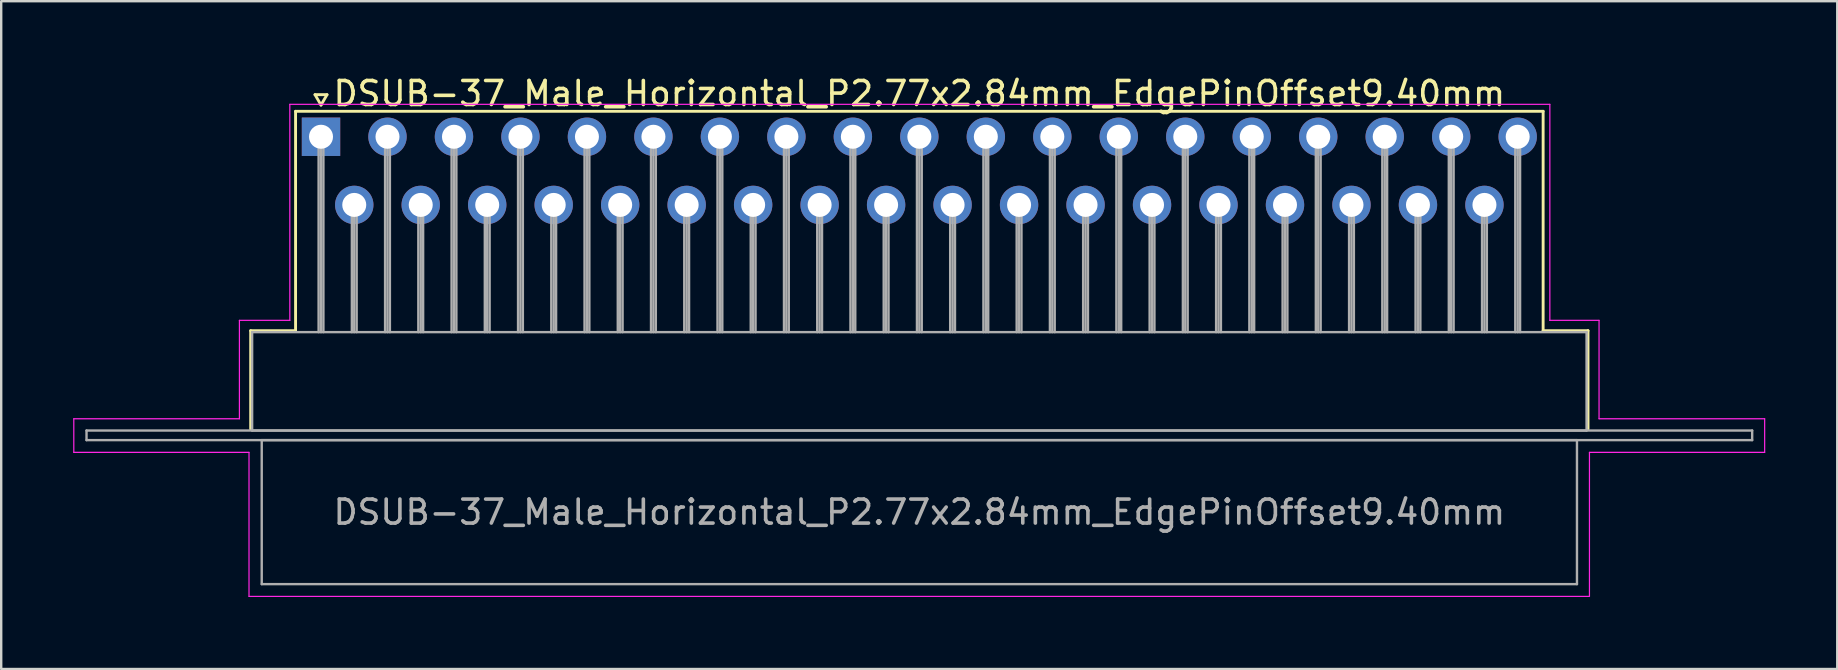
<source format=kicad_pcb>
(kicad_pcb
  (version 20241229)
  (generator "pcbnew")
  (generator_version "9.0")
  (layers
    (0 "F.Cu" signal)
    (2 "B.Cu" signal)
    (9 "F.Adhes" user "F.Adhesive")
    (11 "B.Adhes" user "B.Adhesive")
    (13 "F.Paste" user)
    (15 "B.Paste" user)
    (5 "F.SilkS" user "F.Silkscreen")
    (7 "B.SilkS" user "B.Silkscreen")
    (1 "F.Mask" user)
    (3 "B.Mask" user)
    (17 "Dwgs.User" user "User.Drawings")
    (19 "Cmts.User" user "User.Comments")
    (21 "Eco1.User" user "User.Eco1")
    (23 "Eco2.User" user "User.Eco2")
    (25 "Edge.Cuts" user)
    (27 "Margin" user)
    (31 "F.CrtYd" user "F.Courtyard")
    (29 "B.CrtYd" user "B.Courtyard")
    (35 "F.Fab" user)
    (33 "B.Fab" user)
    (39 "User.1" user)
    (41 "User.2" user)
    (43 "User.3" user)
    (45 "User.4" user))
  (footprint "DSUB-37_Male_Horizontal_P2.77x2.84mm_EdgePinOffset9.40mm"
    (layer "F.Cu")
    (at 10.325 2.648)
    (property "Reference" "DSUB-37_Male_Horizontal_P2.77x2.84mm_EdgePinOffset9.40mm" (at 24.93 -1.8 0) (layer "F.SilkS") (effects (font (size 1 1) (thickness 0.15))))
    (attr through_hole)
    (fp_line (start -2.93 8.08) (end -1.06 8.08) (stroke (width 0.12) (type solid)) (layer "F.SilkS"))
    (fp_line (start -2.93 12.18) (end -2.93 8.08) (stroke (width 0.12) (type solid)) (layer "F.SilkS"))
    (fp_line (start -1.06 -1.06) (end 50.92 -1.06) (stroke (width 0.12) (type solid)) (layer "F.SilkS"))
    (fp_line (start -1.06 8.08) (end -1.06 -1.06) (stroke (width 0.12) (type solid)) (layer "F.SilkS"))
    (fp_line (start -0.25 -1.754) (end 0.25 -1.754) (stroke (width 0.12) (type solid)) (layer "F.SilkS"))
    (fp_line (start 0 -1.321) (end -0.25 -1.754) (stroke (width 0.12) (type solid)) (layer "F.SilkS"))
    (fp_line (start 0.25 -1.754) (end 0 -1.321) (stroke (width 0.12) (type solid)) (layer "F.SilkS"))
    (fp_line (start 50.92 -1.06) (end 50.92 8.08) (stroke (width 0.12) (type solid)) (layer "F.SilkS"))
    (fp_line (start 50.92 8.08) (end 52.79 8.08) (stroke (width 0.12) (type solid)) (layer "F.SilkS"))
    (fp_line (start 52.79 8.08) (end 52.79 12.18) (stroke (width 0.12) (type solid)) (layer "F.SilkS"))
    (fp_line (start -10.3 11.75) (end -3.4 11.75) (stroke (width 0.05) (type solid)) (layer "F.CrtYd"))
    (fp_line (start -10.3 13.15) (end -10.3 11.75) (stroke (width 0.05) (type solid)) (layer "F.CrtYd"))
    (fp_line (start -3.4 7.65) (end -1.3 7.65) (stroke (width 0.05) (type solid)) (layer "F.CrtYd"))
    (fp_line (start -3.4 11.75) (end -3.4 7.65) (stroke (width 0.05) (type solid)) (layer "F.CrtYd"))
    (fp_line (start -3 13.15) (end -10.3 13.15) (stroke (width 0.05) (type solid)) (layer "F.CrtYd"))
    (fp_line (start -3 19.15) (end -3 13.15) (stroke (width 0.05) (type solid)) (layer "F.CrtYd"))
    (fp_line (start -1.3 -1.35) (end 51.2 -1.35) (stroke (width 0.05) (type solid)) (layer "F.CrtYd"))
    (fp_line (start -1.3 7.65) (end -1.3 -1.35) (stroke (width 0.05) (type solid)) (layer "F.CrtYd"))
    (fp_line (start 51.2 -1.35) (end 51.2 7.65) (stroke (width 0.05) (type solid)) (layer "F.CrtYd"))
    (fp_line (start 51.2 7.65) (end 53.25 7.65) (stroke (width 0.05) (type solid)) (layer "F.CrtYd"))
    (fp_line (start 52.85 13.15) (end 52.85 19.15) (stroke (width 0.05) (type solid)) (layer "F.CrtYd"))
    (fp_line (start 52.85 19.15) (end -3 19.15) (stroke (width 0.05) (type solid)) (layer "F.CrtYd"))
    (fp_line (start 53.25 7.65) (end 53.25 11.75) (stroke (width 0.05) (type solid)) (layer "F.CrtYd"))
    (fp_line (start 53.25 11.75) (end 60.15 11.75) (stroke (width 0.05) (type solid)) (layer "F.CrtYd"))
    (fp_line (start 60.15 11.75) (end 60.15 13.15) (stroke (width 0.05) (type solid)) (layer "F.CrtYd"))
    (fp_line (start 60.15 13.15) (end 52.85 13.15) (stroke (width 0.05) (type solid)) (layer "F.CrtYd"))
    (fp_line (start -9.77 12.24) (end -9.77 12.64) (stroke (width 0.1) (type solid)) (layer "F.Fab"))
    (fp_line (start -9.77 12.64) (end 59.63 12.64) (stroke (width 0.1) (type solid)) (layer "F.Fab"))
    (fp_line (start -2.87 8.14) (end -2.87 12.24) (stroke (width 0.1) (type solid)) (layer "F.Fab"))
    (fp_line (start -2.87 12.24) (end 52.73 12.24) (stroke (width 0.1) (type solid)) (layer "F.Fab"))
    (fp_line (start -2.47 12.64) (end -2.47 18.64) (stroke (width 0.1) (type solid)) (layer "F.Fab"))
    (fp_line (start -2.47 18.64) (end 52.33 18.64) (stroke (width 0.1) (type solid)) (layer "F.Fab"))
    (fp_line (start -0.1 0) (end -0.1 8.14) (stroke (width 0.1) (type solid)) (layer "F.Fab"))
    (fp_line (start 0 0) (end 0 8.14) (stroke (width 0.1) (type solid)) (layer "F.Fab"))
    (fp_line (start 0.1 0) (end 0.1 8.14) (stroke (width 0.1) (type solid)) (layer "F.Fab"))
    (fp_line (start 1.285 2.84) (end 1.285 8.14) (stroke (width 0.1) (type solid)) (layer "F.Fab"))
    (fp_line (start 1.385 2.84) (end 1.385 8.14) (stroke (width 0.1) (type solid)) (layer "F.Fab"))
    (fp_line (start 1.485 2.84) (end 1.485 8.14) (stroke (width 0.1) (type solid)) (layer "F.Fab"))
    (fp_line (start 2.67 0) (end 2.67 8.14) (stroke (width 0.1) (type solid)) (layer "F.Fab"))
    (fp_line (start 2.77 0) (end 2.77 8.14) (stroke (width 0.1) (type solid)) (layer "F.Fab"))
    (fp_line (start 2.87 0) (end 2.87 8.14) (stroke (width 0.1) (type solid)) (layer "F.Fab"))
    (fp_line (start 4.055 2.84) (end 4.055 8.14) (stroke (width 0.1) (type solid)) (layer "F.Fab"))
    (fp_line (start 4.155 2.84) (end 4.155 8.14) (stroke (width 0.1) (type solid)) (layer "F.Fab"))
    (fp_line (start 4.255 2.84) (end 4.255 8.14) (stroke (width 0.1) (type solid)) (layer "F.Fab"))
    (fp_line (start 5.44 0) (end 5.44 8.14) (stroke (width 0.1) (type solid)) (layer "F.Fab"))
    (fp_line (start 5.54 0) (end 5.54 8.14) (stroke (width 0.1) (type solid)) (layer "F.Fab"))
    (fp_line (start 5.64 0) (end 5.64 8.14) (stroke (width 0.1) (type solid)) (layer "F.Fab"))
    (fp_line (start 6.825 2.84) (end 6.825 8.14) (stroke (width 0.1) (type solid)) (layer "F.Fab"))
    (fp_line (start 6.925 2.84) (end 6.925 8.14) (stroke (width 0.1) (type solid)) (layer "F.Fab"))
    (fp_line (start 7.025 2.84) (end 7.025 8.14) (stroke (width 0.1) (type solid)) (layer "F.Fab"))
    (fp_line (start 8.21 0) (end 8.21 8.14) (stroke (width 0.1) (type solid)) (layer "F.Fab"))
    (fp_line (start 8.31 0) (end 8.31 8.14) (stroke (width 0.1) (type solid)) (layer "F.Fab"))
    (fp_line (start 8.41 0) (end 8.41 8.14) (stroke (width 0.1) (type solid)) (layer "F.Fab"))
    (fp_line (start 9.595 2.84) (end 9.595 8.14) (stroke (width 0.1) (type solid)) (layer "F.Fab"))
    (fp_line (start 9.695 2.84) (end 9.695 8.14) (stroke (width 0.1) (type solid)) (layer "F.Fab"))
    (fp_line (start 9.795 2.84) (end 9.795 8.14) (stroke (width 0.1) (type solid)) (layer "F.Fab"))
    (fp_line (start 10.98 0) (end 10.98 8.14) (stroke (width 0.1) (type solid)) (layer "F.Fab"))
    (fp_line (start 11.08 0) (end 11.08 8.14) (stroke (width 0.1) (type solid)) (layer "F.Fab"))
    (fp_line (start 11.18 0) (end 11.18 8.14) (stroke (width 0.1) (type solid)) (layer "F.Fab"))
    (fp_line (start 12.365 2.84) (end 12.365 8.14) (stroke (width 0.1) (type solid)) (layer "F.Fab"))
    (fp_line (start 12.465 2.84) (end 12.465 8.14) (stroke (width 0.1) (type solid)) (layer "F.Fab"))
    (fp_line (start 12.565 2.84) (end 12.565 8.14) (stroke (width 0.1) (type solid)) (layer "F.Fab"))
    (fp_line (start 13.75 0) (end 13.75 8.14) (stroke (width 0.1) (type solid)) (layer "F.Fab"))
    (fp_line (start 13.85 0) (end 13.85 8.14) (stroke (width 0.1) (type solid)) (layer "F.Fab"))
    (fp_line (start 13.95 0) (end 13.95 8.14) (stroke (width 0.1) (type solid)) (layer "F.Fab"))
    (fp_line (start 15.135 2.84) (end 15.135 8.14) (stroke (width 0.1) (type solid)) (layer "F.Fab"))
    (fp_line (start 15.235 2.84) (end 15.235 8.14) (stroke (width 0.1) (type solid)) (layer "F.Fab"))
    (fp_line (start 15.335 2.84) (end 15.335 8.14) (stroke (width 0.1) (type solid)) (layer "F.Fab"))
    (fp_line (start 16.52 0) (end 16.52 8.14) (stroke (width 0.1) (type solid)) (layer "F.Fab"))
    (fp_line (start 16.62 0) (end 16.62 8.14) (stroke (width 0.1) (type solid)) (layer "F.Fab"))
    (fp_line (start 16.72 0) (end 16.72 8.14) (stroke (width 0.1) (type solid)) (layer "F.Fab"))
    (fp_line (start 17.905 2.84) (end 17.905 8.14) (stroke (width 0.1) (type solid)) (layer "F.Fab"))
    (fp_line (start 18.005 2.84) (end 18.005 8.14) (stroke (width 0.1) (type solid)) (layer "F.Fab"))
    (fp_line (start 18.105 2.84) (end 18.105 8.14) (stroke (width 0.1) (type solid)) (layer "F.Fab"))
    (fp_line (start 19.29 0) (end 19.29 8.14) (stroke (width 0.1) (type solid)) (layer "F.Fab"))
    (fp_line (start 19.39 0) (end 19.39 8.14) (stroke (width 0.1) (type solid)) (layer "F.Fab"))
    (fp_line (start 19.49 0) (end 19.49 8.14) (stroke (width 0.1) (type solid)) (layer "F.Fab"))
    (fp_line (start 20.675 2.84) (end 20.675 8.14) (stroke (width 0.1) (type solid)) (layer "F.Fab"))
    (fp_line (start 20.775 2.84) (end 20.775 8.14) (stroke (width 0.1) (type solid)) (layer "F.Fab"))
    (fp_line (start 20.875 2.84) (end 20.875 8.14) (stroke (width 0.1) (type solid)) (layer "F.Fab"))
    (fp_line (start 22.06 0) (end 22.06 8.14) (stroke (width 0.1) (type solid)) (layer "F.Fab"))
    (fp_line (start 22.16 0) (end 22.16 8.14) (stroke (width 0.1) (type solid)) (layer "F.Fab"))
    (fp_line (start 22.26 0) (end 22.26 8.14) (stroke (width 0.1) (type solid)) (layer "F.Fab"))
    (fp_line (start 23.445 2.84) (end 23.445 8.14) (stroke (width 0.1) (type solid)) (layer "F.Fab"))
    (fp_line (start 23.545 2.84) (end 23.545 8.14) (stroke (width 0.1) (type solid)) (layer "F.Fab"))
    (fp_line (start 23.645 2.84) (end 23.645 8.14) (stroke (width 0.1) (type solid)) (layer "F.Fab"))
    (fp_line (start 24.83 0) (end 24.83 8.14) (stroke (width 0.1) (type solid)) (layer "F.Fab"))
    (fp_line (start 24.93 0) (end 24.93 8.14) (stroke (width 0.1) (type solid)) (layer "F.Fab"))
    (fp_line (start 25.03 0) (end 25.03 8.14) (stroke (width 0.1) (type solid)) (layer "F.Fab"))
    (fp_line (start 26.215 2.84) (end 26.215 8.14) (stroke (width 0.1) (type solid)) (layer "F.Fab"))
    (fp_line (start 26.315 2.84) (end 26.315 8.14) (stroke (width 0.1) (type solid)) (layer "F.Fab"))
    (fp_line (start 26.415 2.84) (end 26.415 8.14) (stroke (width 0.1) (type solid)) (layer "F.Fab"))
    (fp_line (start 27.6 0) (end 27.6 8.14) (stroke (width 0.1) (type solid)) (layer "F.Fab"))
    (fp_line (start 27.7 0) (end 27.7 8.14) (stroke (width 0.1) (type solid)) (layer "F.Fab"))
    (fp_line (start 27.8 0) (end 27.8 8.14) (stroke (width 0.1) (type solid)) (layer "F.Fab"))
    (fp_line (start 28.985 2.84) (end 28.985 8.14) (stroke (width 0.1) (type solid)) (layer "F.Fab"))
    (fp_line (start 29.085 2.84) (end 29.085 8.14) (stroke (width 0.1) (type solid)) (layer "F.Fab"))
    (fp_line (start 29.185 2.84) (end 29.185 8.14) (stroke (width 0.1) (type solid)) (layer "F.Fab"))
    (fp_line (start 30.37 0) (end 30.37 8.14) (stroke (width 0.1) (type solid)) (layer "F.Fab"))
    (fp_line (start 30.47 0) (end 30.47 8.14) (stroke (width 0.1) (type solid)) (layer "F.Fab"))
    (fp_line (start 30.57 0) (end 30.57 8.14) (stroke (width 0.1) (type solid)) (layer "F.Fab"))
    (fp_line (start 31.755 2.84) (end 31.755 8.14) (stroke (width 0.1) (type solid)) (layer "F.Fab"))
    (fp_line (start 31.855 2.84) (end 31.855 8.14) (stroke (width 0.1) (type solid)) (layer "F.Fab"))
    (fp_line (start 31.955 2.84) (end 31.955 8.14) (stroke (width 0.1) (type solid)) (layer "F.Fab"))
    (fp_line (start 33.14 0) (end 33.14 8.14) (stroke (width 0.1) (type solid)) (layer "F.Fab"))
    (fp_line (start 33.24 0) (end 33.24 8.14) (stroke (width 0.1) (type solid)) (layer "F.Fab"))
    (fp_line (start 33.34 0) (end 33.34 8.14) (stroke (width 0.1) (type solid)) (layer "F.Fab"))
    (fp_line (start 34.525 2.84) (end 34.525 8.14) (stroke (width 0.1) (type solid)) (layer "F.Fab"))
    (fp_line (start 34.625 2.84) (end 34.625 8.14) (stroke (width 0.1) (type solid)) (layer "F.Fab"))
    (fp_line (start 34.725 2.84) (end 34.725 8.14) (stroke (width 0.1) (type solid)) (layer "F.Fab"))
    (fp_line (start 35.91 0) (end 35.91 8.14) (stroke (width 0.1) (type solid)) (layer "F.Fab"))
    (fp_line (start 36.01 0) (end 36.01 8.14) (stroke (width 0.1) (type solid)) (layer "F.Fab"))
    (fp_line (start 36.11 0) (end 36.11 8.14) (stroke (width 0.1) (type solid)) (layer "F.Fab"))
    (fp_line (start 37.295 2.84) (end 37.295 8.14) (stroke (width 0.1) (type solid)) (layer "F.Fab"))
    (fp_line (start 37.395 2.84) (end 37.395 8.14) (stroke (width 0.1) (type solid)) (layer "F.Fab"))
    (fp_line (start 37.495 2.84) (end 37.495 8.14) (stroke (width 0.1) (type solid)) (layer "F.Fab"))
    (fp_line (start 38.68 0) (end 38.68 8.14) (stroke (width 0.1) (type solid)) (layer "F.Fab"))
    (fp_line (start 38.78 0) (end 38.78 8.14) (stroke (width 0.1) (type solid)) (layer "F.Fab"))
    (fp_line (start 38.88 0) (end 38.88 8.14) (stroke (width 0.1) (type solid)) (layer "F.Fab"))
    (fp_line (start 40.065 2.84) (end 40.065 8.14) (stroke (width 0.1) (type solid)) (layer "F.Fab"))
    (fp_line (start 40.165 2.84) (end 40.165 8.14) (stroke (width 0.1) (type solid)) (layer "F.Fab"))
    (fp_line (start 40.265 2.84) (end 40.265 8.14) (stroke (width 0.1) (type solid)) (layer "F.Fab"))
    (fp_line (start 41.45 0) (end 41.45 8.14) (stroke (width 0.1) (type solid)) (layer "F.Fab"))
    (fp_line (start 41.55 0) (end 41.55 8.14) (stroke (width 0.1) (type solid)) (layer "F.Fab"))
    (fp_line (start 41.65 0) (end 41.65 8.14) (stroke (width 0.1) (type solid)) (layer "F.Fab"))
    (fp_line (start 42.835 2.84) (end 42.835 8.14) (stroke (width 0.1) (type solid)) (layer "F.Fab"))
    (fp_line (start 42.935 2.84) (end 42.935 8.14) (stroke (width 0.1) (type solid)) (layer "F.Fab"))
    (fp_line (start 43.035 2.84) (end 43.035 8.14) (stroke (width 0.1) (type solid)) (layer "F.Fab"))
    (fp_line (start 44.22 0) (end 44.22 8.14) (stroke (width 0.1) (type solid)) (layer "F.Fab"))
    (fp_line (start 44.32 0) (end 44.32 8.14) (stroke (width 0.1) (type solid)) (layer "F.Fab"))
    (fp_line (start 44.42 0) (end 44.42 8.14) (stroke (width 0.1) (type solid)) (layer "F.Fab"))
    (fp_line (start 45.605 2.84) (end 45.605 8.14) (stroke (width 0.1) (type solid)) (layer "F.Fab"))
    (fp_line (start 45.705 2.84) (end 45.705 8.14) (stroke (width 0.1) (type solid)) (layer "F.Fab"))
    (fp_line (start 45.805 2.84) (end 45.805 8.14) (stroke (width 0.1) (type solid)) (layer "F.Fab"))
    (fp_line (start 46.99 0) (end 46.99 8.14) (stroke (width 0.1) (type solid)) (layer "F.Fab"))
    (fp_line (start 47.09 0) (end 47.09 8.14) (stroke (width 0.1) (type solid)) (layer "F.Fab"))
    (fp_line (start 47.19 0) (end 47.19 8.14) (stroke (width 0.1) (type solid)) (layer "F.Fab"))
    (fp_line (start 48.375 2.84) (end 48.375 8.14) (stroke (width 0.1) (type solid)) (layer "F.Fab"))
    (fp_line (start 48.475 2.84) (end 48.475 8.14) (stroke (width 0.1) (type solid)) (layer "F.Fab"))
    (fp_line (start 48.575 2.84) (end 48.575 8.14) (stroke (width 0.1) (type solid)) (layer "F.Fab"))
    (fp_line (start 49.76 0) (end 49.76 8.14) (stroke (width 0.1) (type solid)) (layer "F.Fab"))
    (fp_line (start 49.86 0) (end 49.86 8.14) (stroke (width 0.1) (type solid)) (layer "F.Fab"))
    (fp_line (start 49.96 0) (end 49.96 8.14) (stroke (width 0.1) (type solid)) (layer "F.Fab"))
    (fp_line (start 52.33 12.64) (end -2.47 12.64) (stroke (width 0.1) (type solid)) (layer "F.Fab"))
    (fp_line (start 52.33 18.64) (end 52.33 12.64) (stroke (width 0.1) (type solid)) (layer "F.Fab"))
    (fp_line (start 52.73 8.14) (end -2.87 8.14) (stroke (width 0.1) (type solid)) (layer "F.Fab"))
    (fp_line (start 52.73 12.24) (end 52.73 8.14) (stroke (width 0.1) (type solid)) (layer "F.Fab"))
    (fp_line (start 59.63 12.24) (end -9.77 12.24) (stroke (width 0.1) (type solid)) (layer "F.Fab"))
    (fp_line (start 59.63 12.64) (end 59.63 12.24) (stroke (width 0.1) (type solid)) (layer "F.Fab"))
    (fp_text user "${REFERENCE}" (at 24.93 15.64 0) (layer "F.Fab") (effects (font (size 1 1) (thickness 0.15))))
    (pad "1" thru_hole rect (at 0 0) (size 1.6 1.6) (drill 1) (layers "*.Cu" "*.Mask"))
    (pad "2" thru_hole circle (at 2.77 0) (size 1.6 1.6) (drill 1) (layers "*.Cu" "*.Mask"))
    (pad "3" thru_hole circle (at 5.54 0) (size 1.6 1.6) (drill 1) (layers "*.Cu" "*.Mask"))
    (pad "4" thru_hole circle (at 8.31 0) (size 1.6 1.6) (drill 1) (layers "*.Cu" "*.Mask"))
    (pad "5" thru_hole circle (at 11.08 0) (size 1.6 1.6) (drill 1) (layers "*.Cu" "*.Mask"))
    (pad "6" thru_hole circle (at 13.85 0) (size 1.6 1.6) (drill 1) (layers "*.Cu" "*.Mask"))
    (pad "7" thru_hole circle (at 16.62 0) (size 1.6 1.6) (drill 1) (layers "*.Cu" "*.Mask"))
    (pad "8" thru_hole circle (at 19.39 0) (size 1.6 1.6) (drill 1) (layers "*.Cu" "*.Mask"))
    (pad "9" thru_hole circle (at 22.16 0) (size 1.6 1.6) (drill 1) (layers "*.Cu" "*.Mask"))
    (pad "10" thru_hole circle (at 24.93 0) (size 1.6 1.6) (drill 1) (layers "*.Cu" "*.Mask"))
    (pad "11" thru_hole circle (at 27.7 0) (size 1.6 1.6) (drill 1) (layers "*.Cu" "*.Mask"))
    (pad "12" thru_hole circle (at 30.47 0) (size 1.6 1.6) (drill 1) (layers "*.Cu" "*.Mask"))
    (pad "13" thru_hole circle (at 33.24 0) (size 1.6 1.6) (drill 1) (layers "*.Cu" "*.Mask"))
    (pad "14" thru_hole circle (at 36.01 0) (size 1.6 1.6) (drill 1) (layers "*.Cu" "*.Mask"))
    (pad "15" thru_hole circle (at 38.78 0) (size 1.6 1.6) (drill 1) (layers "*.Cu" "*.Mask"))
    (pad "16" thru_hole circle (at 41.55 0) (size 1.6 1.6) (drill 1) (layers "*.Cu" "*.Mask"))
    (pad "17" thru_hole circle (at 44.32 0) (size 1.6 1.6) (drill 1) (layers "*.Cu" "*.Mask"))
    (pad "18" thru_hole circle (at 47.09 0) (size 1.6 1.6) (drill 1) (layers "*.Cu" "*.Mask"))
    (pad "19" thru_hole circle (at 49.86 0) (size 1.6 1.6) (drill 1) (layers "*.Cu" "*.Mask"))
    (pad "20" thru_hole circle (at 1.385 2.84) (size 1.6 1.6) (drill 1) (layers "*.Cu" "*.Mask"))
    (pad "21" thru_hole circle (at 4.155 2.84) (size 1.6 1.6) (drill 1) (layers "*.Cu" "*.Mask"))
    (pad "22" thru_hole circle (at 6.925 2.84) (size 1.6 1.6) (drill 1) (layers "*.Cu" "*.Mask"))
    (pad "23" thru_hole circle (at 9.695 2.84) (size 1.6 1.6) (drill 1) (layers "*.Cu" "*.Mask"))
    (pad "24" thru_hole circle (at 12.465 2.84) (size 1.6 1.6) (drill 1) (layers "*.Cu" "*.Mask"))
    (pad "25" thru_hole circle (at 15.235 2.84) (size 1.6 1.6) (drill 1) (layers "*.Cu" "*.Mask"))
    (pad "26" thru_hole circle (at 18.005 2.84) (size 1.6 1.6) (drill 1) (layers "*.Cu" "*.Mask"))
    (pad "27" thru_hole circle (at 20.775 2.84) (size 1.6 1.6) (drill 1) (layers "*.Cu" "*.Mask"))
    (pad "28" thru_hole circle (at 23.545 2.84) (size 1.6 1.6) (drill 1) (layers "*.Cu" "*.Mask"))
    (pad "29" thru_hole circle (at 26.315 2.84) (size 1.6 1.6) (drill 1) (layers "*.Cu" "*.Mask"))
    (pad "30" thru_hole circle (at 29.085 2.84) (size 1.6 1.6) (drill 1) (layers "*.Cu" "*.Mask"))
    (pad "31" thru_hole circle (at 31.855 2.84) (size 1.6 1.6) (drill 1) (layers "*.Cu" "*.Mask"))
    (pad "32" thru_hole circle (at 34.625 2.84) (size 1.6 1.6) (drill 1) (layers "*.Cu" "*.Mask"))
    (pad "33" thru_hole circle (at 37.395 2.84) (size 1.6 1.6) (drill 1) (layers "*.Cu" "*.Mask"))
    (pad "34" thru_hole circle (at 40.165 2.84) (size 1.6 1.6) (drill 1) (layers "*.Cu" "*.Mask"))
    (pad "35" thru_hole circle (at 42.935 2.84) (size 1.6 1.6) (drill 1) (layers "*.Cu" "*.Mask"))
    (pad "36" thru_hole circle (at 45.705 2.84) (size 1.6 1.6) (drill 1) (layers "*.Cu" "*.Mask"))
    (pad "37" thru_hole circle (at 48.475 2.84) (size 1.6 1.6) (drill 1) (layers "*.Cu" "*.Mask")))
  (gr_rect
    (start -3 -3)
    (end 73.5 24.823)
    (stroke (width 0.1) (type default))
    (fill no)
    (layer "Edge.Cuts")))
</source>
